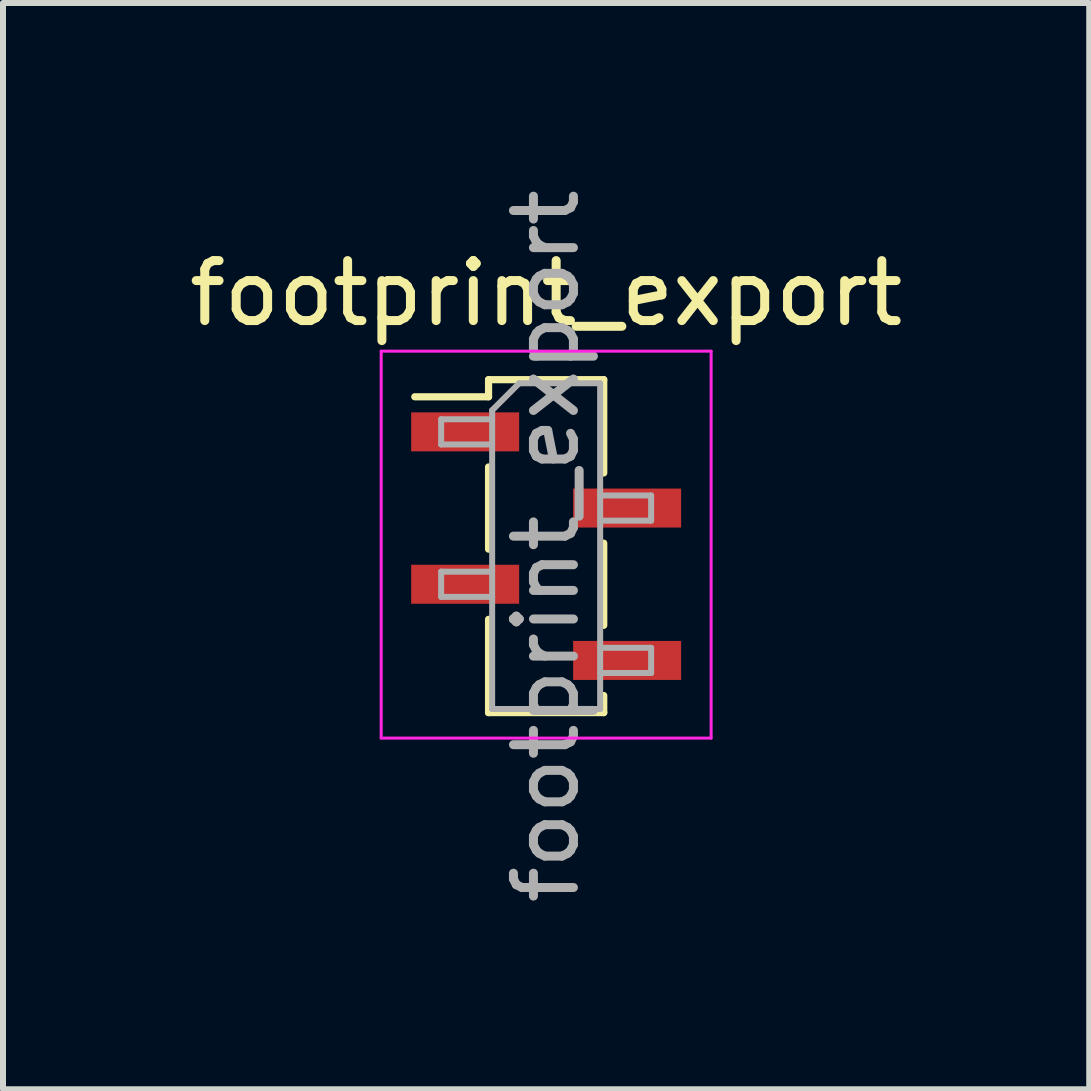
<source format=kicad_pcb>
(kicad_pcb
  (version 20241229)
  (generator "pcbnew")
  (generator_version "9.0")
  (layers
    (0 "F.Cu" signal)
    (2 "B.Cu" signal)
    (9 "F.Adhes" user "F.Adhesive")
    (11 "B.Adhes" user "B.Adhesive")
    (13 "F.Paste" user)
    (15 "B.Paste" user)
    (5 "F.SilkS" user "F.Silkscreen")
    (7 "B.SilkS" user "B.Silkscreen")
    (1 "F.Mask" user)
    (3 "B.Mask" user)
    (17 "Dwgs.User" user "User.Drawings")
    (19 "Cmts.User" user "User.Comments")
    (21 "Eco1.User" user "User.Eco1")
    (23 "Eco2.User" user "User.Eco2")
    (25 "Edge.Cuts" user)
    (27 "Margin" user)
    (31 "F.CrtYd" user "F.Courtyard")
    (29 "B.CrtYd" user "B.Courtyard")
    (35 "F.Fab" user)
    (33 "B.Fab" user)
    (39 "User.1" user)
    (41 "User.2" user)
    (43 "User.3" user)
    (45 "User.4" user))
  (footprint "footprint_export"
    (layer "F.Cu")
    (at 6.054 6.054)
    (property "Reference" "footprint_export" (at 0 -4.215 0) (layer "F.SilkS") (effects (font (size 1 1) (thickness 0.15))))
    (attr smd)
    (fp_line (start -2.19 -2.49) (end -0.96 -2.49) (stroke (width 0.12) (type solid)) (layer "F.SilkS"))
    (fp_line (start -0.96 -2.775) (end -0.96 -2.49) (stroke (width 0.12) (type solid)) (layer "F.SilkS"))
    (fp_line (start -0.96 -2.775) (end 0.96 -2.775) (stroke (width 0.12) (type solid)) (layer "F.SilkS"))
    (fp_line (start -0.96 -1.32) (end -0.96 0.05) (stroke (width 0.12) (type solid)) (layer "F.SilkS"))
    (fp_line (start -0.96 1.22) (end -0.96 2.775) (stroke (width 0.12) (type solid)) (layer "F.SilkS"))
    (fp_line (start -0.96 2.775) (end 0.96 2.775) (stroke (width 0.12) (type solid)) (layer "F.SilkS"))
    (fp_line (start 0.96 -2.775) (end 0.96 -1.22) (stroke (width 0.12) (type solid)) (layer "F.SilkS"))
    (fp_line (start 0.96 -0.05) (end 0.96 1.32) (stroke (width 0.12) (type solid)) (layer "F.SilkS"))
    (fp_line (start 0.96 2.49) (end 0.96 2.775) (stroke (width 0.12) (type solid)) (layer "F.SilkS"))
    (fp_line (start -2.75 -3.25) (end 2.75 -3.25) (stroke (width 0.05) (type solid)) (layer "F.CrtYd"))
    (fp_line (start -2.75 3.2) (end -2.75 -3.25) (stroke (width 0.05) (type solid)) (layer "F.CrtYd"))
    (fp_line (start 2.75 -3.25) (end 2.75 3.2) (stroke (width 0.05) (type solid)) (layer "F.CrtYd"))
    (fp_line (start 2.75 3.2) (end -2.75 3.2) (stroke (width 0.05) (type solid)) (layer "F.CrtYd"))
    (fp_line (start -1.75 -2.115) (end -0.9 -2.115) (stroke (width 0.1) (type solid)) (layer "F.Fab"))
    (fp_line (start -1.75 -1.695) (end -1.75 -2.115) (stroke (width 0.1) (type solid)) (layer "F.Fab"))
    (fp_line (start -1.75 0.425) (end -0.9 0.425) (stroke (width 0.1) (type solid)) (layer "F.Fab"))
    (fp_line (start -1.75 0.845) (end -1.75 0.425) (stroke (width 0.1) (type solid)) (layer "F.Fab"))
    (fp_line (start -0.9 -2.265) (end -0.45 -2.715) (stroke (width 0.1) (type solid)) (layer "F.Fab"))
    (fp_line (start -0.9 -1.695) (end -1.75 -1.695) (stroke (width 0.1) (type solid)) (layer "F.Fab"))
    (fp_line (start -0.9 0.845) (end -1.75 0.845) (stroke (width 0.1) (type solid)) (layer "F.Fab"))
    (fp_line (start -0.9 2.715) (end -0.9 -2.265) (stroke (width 0.1) (type solid)) (layer "F.Fab"))
    (fp_line (start -0.45 -2.715) (end 0.9 -2.715) (stroke (width 0.1) (type solid)) (layer "F.Fab"))
    (fp_line (start 0.9 -2.715) (end 0.9 2.715) (stroke (width 0.1) (type solid)) (layer "F.Fab"))
    (fp_line (start 0.9 -0.845) (end 1.75 -0.845) (stroke (width 0.1) (type solid)) (layer "F.Fab"))
    (fp_line (start 0.9 1.695) (end 1.75 1.695) (stroke (width 0.1) (type solid)) (layer "F.Fab"))
    (fp_line (start 0.9 2.715) (end -0.9 2.715) (stroke (width 0.1) (type solid)) (layer "F.Fab"))
    (fp_line (start 1.75 -0.845) (end 1.75 -0.425) (stroke (width 0.1) (type solid)) (layer "F.Fab"))
    (fp_line (start 1.75 -0.425) (end 0.9 -0.425) (stroke (width 0.1) (type solid)) (layer "F.Fab"))
    (fp_line (start 1.75 1.695) (end 1.75 2.115) (stroke (width 0.1) (type solid)) (layer "F.Fab"))
    (fp_line (start 1.75 2.115) (end 0.9 2.115) (stroke (width 0.1) (type solid)) (layer "F.Fab"))
    (fp_text user "${REFERENCE}" (at 0 0 90) (layer "F.Fab") (effects (font (size 1 1) (thickness 0.15))))
    (pad "1" smd rect (at -1.35 -1.905) (size 1.8 0.65) (layers "F.Cu" "F.Mask" "F.Paste"))
    (pad "2" smd rect (at 1.35 -0.635) (size 1.8 0.65) (layers "F.Cu" "F.Mask" "F.Paste"))
    (pad "3" smd rect (at -1.35 0.635) (size 1.8 0.65) (layers "F.Cu" "F.Mask" "F.Paste"))
    (pad "4" smd rect (at 1.35 1.905) (size 1.8 0.65) (layers "F.Cu" "F.Mask" "F.Paste")))
  (gr_rect
    (start -3 -3)
    (end 15.107 15.107)
    (stroke (width 0.1) (type default))
    (fill no)
    (layer "Edge.Cuts")))
</source>
